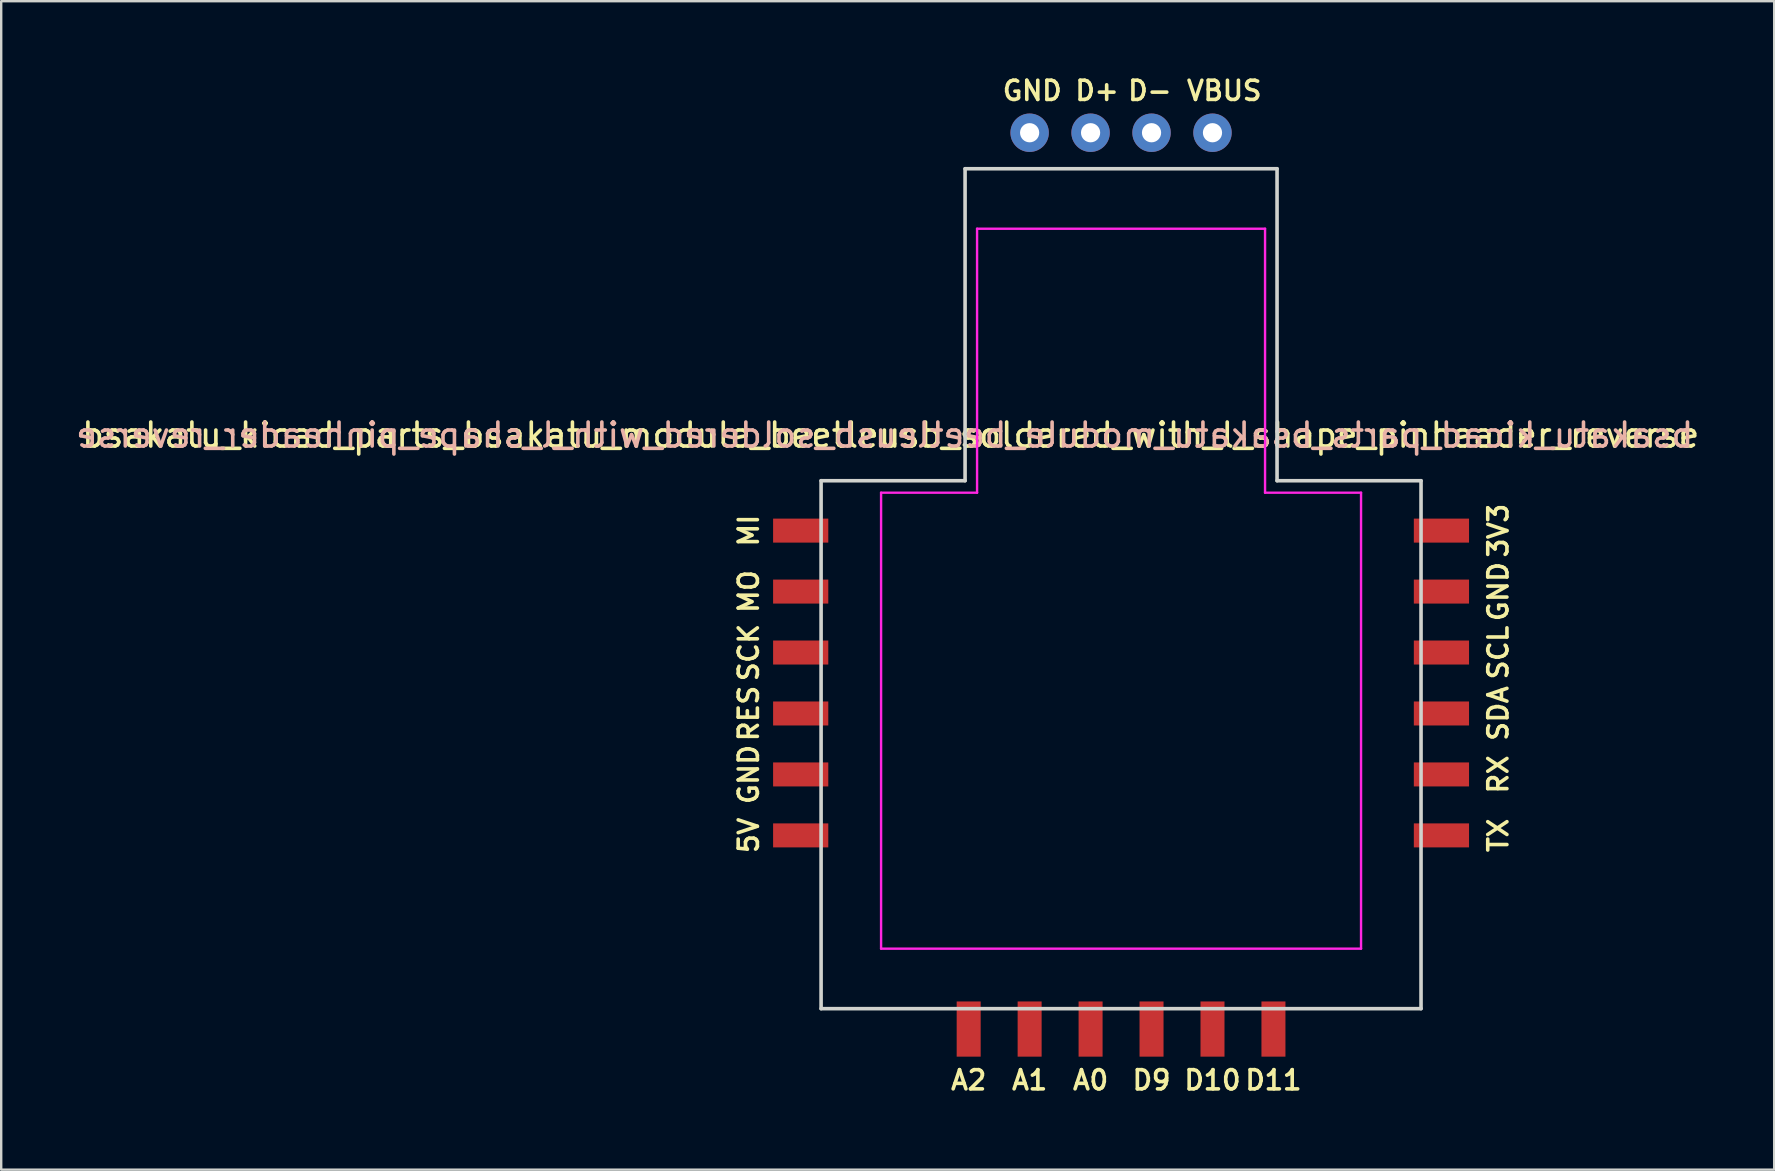
<source format=kicad_pcb>
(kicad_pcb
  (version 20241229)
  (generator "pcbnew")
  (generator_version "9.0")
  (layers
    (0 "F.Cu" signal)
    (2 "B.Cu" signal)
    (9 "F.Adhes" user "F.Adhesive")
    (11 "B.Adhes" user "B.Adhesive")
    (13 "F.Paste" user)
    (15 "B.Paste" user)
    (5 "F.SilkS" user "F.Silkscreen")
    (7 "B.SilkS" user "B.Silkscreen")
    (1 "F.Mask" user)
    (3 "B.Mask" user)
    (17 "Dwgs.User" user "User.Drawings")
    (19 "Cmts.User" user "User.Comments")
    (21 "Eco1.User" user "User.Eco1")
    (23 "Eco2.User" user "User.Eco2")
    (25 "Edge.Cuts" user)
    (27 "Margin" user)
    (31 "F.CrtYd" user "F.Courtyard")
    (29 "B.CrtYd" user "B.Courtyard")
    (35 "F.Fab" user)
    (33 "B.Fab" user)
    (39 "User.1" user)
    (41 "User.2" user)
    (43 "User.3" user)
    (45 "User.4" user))
  (footprint "bsakatu_kicad_parts_bsakatu_module_beetleusb_soldered_with_l_shape_pinheader_reverse"
    (layer "F.Cu")
    (at 43.665 26.681)
    (property "Reference" "bsakatu_kicad_parts_bsakatu_module_beetleusb_soldered_with_l_shape_pinheader_reverse" (at -9.6 -11.6 0) (layer "F.SilkS") (effects (font (size 1 1) (thickness 0.15))))
    (attr through_hole)
    (fp_line (start -12.5 -9.7) (end -6.5 -9.7) (stroke (width 0.15) (type solid)) (layer "Edge.Cuts"))
    (fp_line (start -12.5 12.3) (end -12.5 -9.7) (stroke (width 0.15) (type solid)) (layer "Edge.Cuts"))
    (fp_line (start -6.5 -22.7) (end 6.5 -22.7) (stroke (width 0.15) (type solid)) (layer "Edge.Cuts"))
    (fp_line (start -6.5 -9.7) (end -6.5 -22.7) (stroke (width 0.15) (type solid)) (layer "Edge.Cuts"))
    (fp_line (start 6.5 -22.7) (end 6.5 -9.7) (stroke (width 0.15) (type solid)) (layer "Edge.Cuts"))
    (fp_line (start 6.5 -9.7) (end 12.5 -9.7) (stroke (width 0.15) (type solid)) (layer "Edge.Cuts"))
    (fp_line (start 12.5 12.3) (end -12.5 12.3) (stroke (width 0.15) (type solid)) (layer "Edge.Cuts"))
    (fp_line (start 12.5 12.3) (end 12.5 -9.7) (stroke (width 0.15) (type solid)) (layer "Edge.Cuts"))
    (fp_line (start -10 -9.2) (end -10 9.8) (stroke (width 0.1) (type solid)) (layer "F.CrtYd"))
    (fp_line (start -10 -9.2) (end -6 -9.2) (stroke (width 0.1) (type solid)) (layer "F.CrtYd"))
    (fp_line (start -10 9.8) (end 10 9.8) (stroke (width 0.1) (type solid)) (layer "F.CrtYd"))
    (fp_line (start -6 -20.2) (end 6 -20.2) (stroke (width 0.1) (type solid)) (layer "F.CrtYd"))
    (fp_line (start -6 -9.2) (end -6 -20.2) (stroke (width 0.1) (type solid)) (layer "F.CrtYd"))
    (fp_line (start 6 -20.2) (end 6 -9.2) (stroke (width 0.1) (type solid)) (layer "F.CrtYd"))
    (fp_line (start 6 -9.2) (end 10 -9.2) (stroke (width 0.1) (type solid)) (layer "F.CrtYd"))
    (fp_line (start 10 -9.2) (end 10 9.8) (stroke (width 0.1) (type solid)) (layer "F.CrtYd"))
    (fp_text user "GND" (at 15.717 -5.08 90) (layer "F.SilkS") (effects (font (size 0.8 0.8) (thickness 0.15))))
    (fp_text user "MI" (at -15.517 -7.62 90) (layer "F.SilkS") (effects (font (size 0.8 0.8) (thickness 0.15))))
    (fp_text user "A0" (at -1.27 15.279 0) (layer "F.SilkS") (effects (font (size 0.8 0.8) (thickness 0.15))))
    (fp_text user "A1" (at -3.81 15.279 0) (layer "F.SilkS") (effects (font (size 0.8 0.8) (thickness 0.15))))
    (fp_text user "SCK" (at -15.517 -2.54 90) (layer "F.SilkS") (effects (font (size 0.8 0.8) (thickness 0.15))))
    (fp_text user "TX" (at 15.717 5.08 90) (layer "F.SilkS") (effects (font (size 0.8 0.8) (thickness 0.15))))
    (fp_text user "SCL" (at 15.717 -2.54 90) (layer "F.SilkS") (effects (font (size 0.8 0.8) (thickness 0.15))))
    (fp_text user "RX" (at 15.717 2.54 90) (layer "F.SilkS") (effects (font (size 0.8 0.8) (thickness 0.15))))
    (fp_text user "VBUS" (at 4.3 -25.95 0) (layer "F.SilkS") (effects (font (size 0.8 0.8) (thickness 0.15))))
    (fp_text user "GND" (at -15.517 2.54 90) (layer "F.SilkS") (effects (font (size 0.8 0.8) (thickness 0.15))))
    (fp_text user "RES" (at -15.517 0 90) (layer "F.SilkS") (effects (font (size 0.8 0.8) (thickness 0.15))))
    (fp_text user "A2" (at -6.35 15.279 0) (layer "F.SilkS") (effects (font (size 0.8 0.8) (thickness 0.15))))
    (fp_text user "SDA" (at 15.717 0 90) (layer "F.SilkS") (effects (font (size 0.8 0.8) (thickness 0.15))))
    (fp_text user "MO" (at -15.517 -5.08 90) (layer "F.SilkS") (effects (font (size 0.8 0.8) (thickness 0.15))))
    (fp_text user "D9" (at 1.27 15.279 0) (layer "F.SilkS") (effects (font (size 0.8 0.8) (thickness 0.15))))
    (fp_text user "5V" (at -15.517 5.08 90) (layer "F.SilkS") (effects (font (size 0.8 0.8) (thickness 0.15))))
    (fp_text user "GND" (at -3.7 -25.95 0) (layer "F.SilkS") (effects (font (size 0.8 0.8) (thickness 0.15))))
    (fp_text user "D10" (at 3.81 15.279 0) (layer "F.SilkS") (effects (font (size 0.8 0.8) (thickness 0.15))))
    (fp_text user "3V3" (at 15.717 -7.62 90) (layer "F.SilkS") (effects (font (size 0.8 0.8) (thickness 0.15))))
    (fp_text user "D+" (at -1 -25.95 0) (layer "F.SilkS") (effects (font (size 0.8 0.8) (thickness 0.15))))
    (fp_text user "D11" (at 6.35 15.279 0) (layer "F.SilkS") (effects (font (size 0.8 0.8) (thickness 0.15))))
    (fp_text user "D-" (at 1.2 -25.95 0) (layer "F.SilkS") (effects (font (size 0.8 0.8) (thickness 0.15))))
    (fp_text user "${REFERENCE}" (at -9.85 -11.6 0) (layer "B.SilkS") (effects (font (size 1 1) (thickness 0.15)) (justify mirror)))
    (pad "1" smd rect (at 13.35 -7.62) (size 2.3 1) (layers "F.Cu" "F.Mask" "F.Paste"))
    (pad "2" smd rect (at 13.35 -5.08) (size 2.3 1) (layers "F.Cu" "F.Mask" "F.Paste"))
    (pad "3" smd rect (at 13.35 -2.54) (size 2.3 1) (layers "F.Cu" "F.Mask" "F.Paste"))
    (pad "4" smd rect (at 13.35 0) (size 2.3 1) (layers "F.Cu" "F.Mask" "F.Paste"))
    (pad "5" smd rect (at 13.35 2.54) (size 2.3 1) (layers "F.Cu" "F.Mask" "F.Paste"))
    (pad "6" smd rect (at 13.35 5.08) (size 2.3 1) (layers "F.Cu" "F.Mask" "F.Paste"))
    (pad "7" smd rect (at 6.35 13.15) (size 1 2.3) (layers "F.Cu" "F.Mask" "F.Paste"))
    (pad "8" smd rect (at 3.81 13.15) (size 1 2.3) (layers "F.Cu" "F.Mask" "F.Paste"))
    (pad "9" smd rect (at 1.27 13.15) (size 1 2.3) (layers "F.Cu" "F.Mask" "F.Paste"))
    (pad "10" smd rect (at -1.27 13.15) (size 1 2.3) (layers "F.Cu" "F.Mask" "F.Paste"))
    (pad "11" smd rect (at -3.81 13.15) (size 1 2.3) (layers "F.Cu" "F.Mask" "F.Paste"))
    (pad "12" smd rect (at -6.35 13.15) (size 1 2.3) (layers "F.Cu" "F.Mask" "F.Paste"))
    (pad "13" smd rect (at -13.35 5.08) (size 2.3 1) (layers "F.Cu" "F.Mask" "F.Paste"))
    (pad "14" smd rect (at -13.35 2.54) (size 2.3 1) (layers "F.Cu" "F.Mask" "F.Paste"))
    (pad "15" smd rect (at -13.35 0) (size 2.3 1) (layers "F.Cu" "F.Mask" "F.Paste"))
    (pad "16" smd rect (at -13.35 -2.54) (size 2.3 1) (layers "F.Cu" "F.Mask" "F.Paste"))
    (pad "17" smd rect (at -13.35 -5.08) (size 2.3 1) (layers "F.Cu" "F.Mask" "F.Paste"))
    (pad "18" smd rect (at -13.35 -7.62) (size 2.3 1) (layers "F.Cu" "F.Mask" "F.Paste"))
    (pad "19" thru_hole circle (at -3.81 -24.2) (size 1.6 1.6) (drill 0.8) (layers "*.Cu" "*.Mask"))
    (pad "20" thru_hole circle (at -1.27 -24.2) (size 1.6 1.6) (drill 0.8) (layers "*.Cu" "*.Mask"))
    (pad "21" thru_hole circle (at 1.27 -24.2) (size 1.6 1.6) (drill 0.8) (layers "*.Cu" "*.Mask"))
    (pad "22" thru_hole circle (at 3.81 -24.2) (size 1.6 1.6) (drill 0.8) (layers "*.Cu" "*.Mask")))
  (gr_rect
    (start -3 -3)
    (end 70.881 45.691)
    (stroke (width 0.1) (type default))
    (fill no)
    (layer "Edge.Cuts")))
</source>
